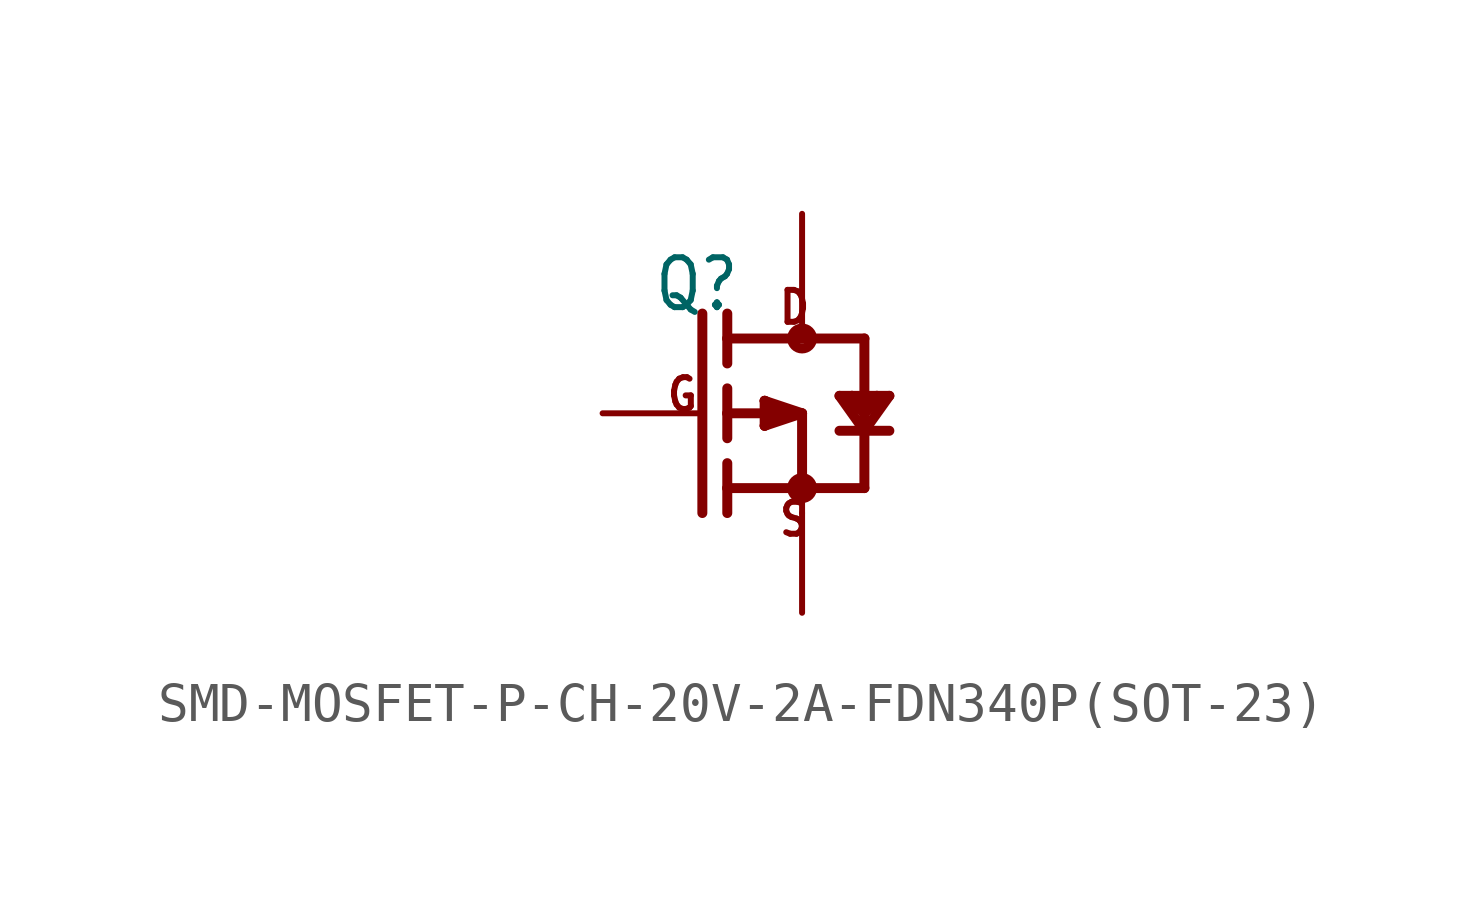
<source format=kicad_sym>
(kicad_symbol_lib
  (version 20231120)
  (generator "kicad_symbol_editor")
  (generator_version "8.0")
  (symbol "SMD-MOSFET-P-CH-20V-2A-FDN340P(SOT-23)"
    (property "Reference" "Q"
      (at -3.81 2.54 0)
      (effects (font (size 1.27 1.079)) (justify left bottom)))
    (property "Value" ""
      (at 0 2.54 0)
      (effects (font (size 1.27 1.079)) (justify left bottom)))
    (property "ki_locked" ""
      (at 0 0 0)
      (effects (font (size 1.27 1.27))))
    (symbol "SMD-MOSFET-P-CH-20V-2A-FDN340P(SOT-23)_1_0"
      (circle (center 0 -1.905) (radius 0.254) (stroke (width 0.254) (type solid)) (fill (type none)))
      (polyline (pts (xy -2.54 2.54) (xy -2.54 -2.54)) (stroke (width 0.254) (type solid)) (fill (type none)))
      (polyline (pts (xy -1.905 -2.54) (xy -1.905 -1.905)) (stroke (width 0.254) (type solid)) (fill (type none)))
      (polyline (pts (xy -1.905 -1.905) (xy -1.905 -1.27)) (stroke (width 0.254) (type solid)) (fill (type none)))
      (polyline (pts (xy -1.905 -1.905) (xy 0 -1.905)) (stroke (width 0.254) (type solid)) (fill (type none)))
      (polyline (pts (xy -1.905 0) (xy -1.905 -0.635)) (stroke (width 0.254) (type solid)) (fill (type none)))
      (polyline (pts (xy -1.905 0) (xy -0.318 0)) (stroke (width 0.254) (type solid)) (fill (type none)))
      (polyline (pts (xy -1.905 0.635) (xy -1.905 0)) (stroke (width 0.254) (type solid)) (fill (type none)))
      (polyline (pts (xy -1.905 1.905) (xy -1.905 1.27)) (stroke (width 0.254) (type solid)) (fill (type none)))
      (polyline (pts (xy -1.905 1.905) (xy 0 1.905)) (stroke (width 0.254) (type solid)) (fill (type none)))
      (polyline (pts (xy -1.905 2.54) (xy -1.905 1.905)) (stroke (width 0.254) (type solid)) (fill (type none)))
      (polyline (pts (xy -0.953 -0.318) (xy -0.318 0)) (stroke (width 0.254) (type solid)) (fill (type none)))
      (polyline (pts (xy -0.953 0.318) (xy -0.953 -0.318)) (stroke (width 0.254) (type solid)) (fill (type none)))
      (polyline (pts (xy -0.953 0.318) (xy -0.508 -0.127)) (stroke (width 0.254) (type solid)) (fill (type none)))
      (polyline (pts (xy -0.318 0) (xy -0.953 0.318)) (stroke (width 0.254) (type solid)) (fill (type none)))
      (polyline (pts (xy -0.318 0) (xy 0 0)) (stroke (width 0.152) (type solid)) (fill (type none)))
      (polyline (pts (xy 0 -1.905) (xy 0 -2.54)) (stroke (width 0.152) (type solid)) (fill (type none)))
      (polyline (pts (xy 0 0) (xy -0.953 -0.318)) (stroke (width 0.254) (type solid)) (fill (type none)))
      (polyline (pts (xy 0 0) (xy -0.953 0.318)) (stroke (width 0.254) (type solid)) (fill (type none)))
      (polyline (pts (xy 0 0) (xy 0 -1.905)) (stroke (width 0.254) (type solid)) (fill (type none)))
      (polyline (pts (xy 0 1.905) (xy 1.587 1.905)) (stroke (width 0.254) (type solid)) (fill (type none)))
      (polyline (pts (xy 0 2.54) (xy 0 1.905)) (stroke (width 0.152) (type solid)) (fill (type none)))
      (polyline (pts (xy 0.953 -0.445) (xy 1.587 -0.445)) (stroke (width 0.254) (type solid)) (fill (type none)))
      (polyline (pts (xy 0.953 0.445) (xy 1.27 0.445)) (stroke (width 0.254) (type solid)) (fill (type none)))
      (polyline (pts (xy 1.27 0.318) (xy 1.587 0)) (stroke (width 0.254) (type solid)) (fill (type none)))
      (polyline (pts (xy 1.27 0.445) (xy 1.587 0)) (stroke (width 0.254) (type solid)) (fill (type none)))
      (polyline (pts (xy 1.27 0.445) (xy 1.905 0.445)) (stroke (width 0.254) (type solid)) (fill (type none)))
      (polyline (pts (xy 1.587 -1.905) (xy 0 -1.905)) (stroke (width 0.254) (type solid)) (fill (type none)))
      (polyline (pts (xy 1.587 -0.445) (xy 0.953 0.445)) (stroke (width 0.254) (type solid)) (fill (type none)))
      (polyline (pts (xy 1.587 -0.445) (xy 1.587 -1.905)) (stroke (width 0.254) (type solid)) (fill (type none)))
      (polyline (pts (xy 1.587 -0.445) (xy 2.223 -0.445)) (stroke (width 0.254) (type solid)) (fill (type none)))
      (polyline (pts (xy 1.587 0) (xy 1.587 -0.445)) (stroke (width 0.254) (type solid)) (fill (type none)))
      (polyline (pts (xy 1.587 0) (xy 1.905 0.318)) (stroke (width 0.254) (type solid)) (fill (type none)))
      (polyline (pts (xy 1.587 0) (xy 1.905 0.445)) (stroke (width 0.254) (type solid)) (fill (type none)))
      (polyline (pts (xy 1.587 1.905) (xy 1.587 0)) (stroke (width 0.254) (type solid)) (fill (type none)))
      (polyline (pts (xy 1.905 0.445) (xy 2.223 0.445)) (stroke (width 0.254) (type solid)) (fill (type none)))
      (polyline (pts (xy 2.223 0.445) (xy 1.587 -0.445)) (stroke (width 0.254) (type solid)) (fill (type none)))
      (circle (center 0 1.905) (radius 0.254) (stroke (width 0.254) (type solid)) (fill (type none)))
      (text "D" (at -0.635 2.223 0) (effects (font (size 0.813 0.691)) (justify left bottom)))
      (text "G" (at -3.493 0 0) (effects (font (size 0.813 0.691)) (justify left bottom)))
      (text "S" (at -0.635 -3.175 0) (effects (font (size 0.813 0.691)) (justify left bottom)))
      (pin passive line (at -5.08 0 0) (length 2.54) (name "G" (effects (font (size 0 0)))) (number "1" (effects (font (size 0 0)))))
      (pin passive line (at 0 -5.08 90) (length 2.54) (name "S" (effects (font (size 0 0)))) (number "2" (effects (font (size 0 0)))))
      (pin passive line (at 0 5.08 270) (length 2.54) (name "D" (effects (font (size 0 0)))) (number "3" (effects (font (size 0 0))))))))
</source>
